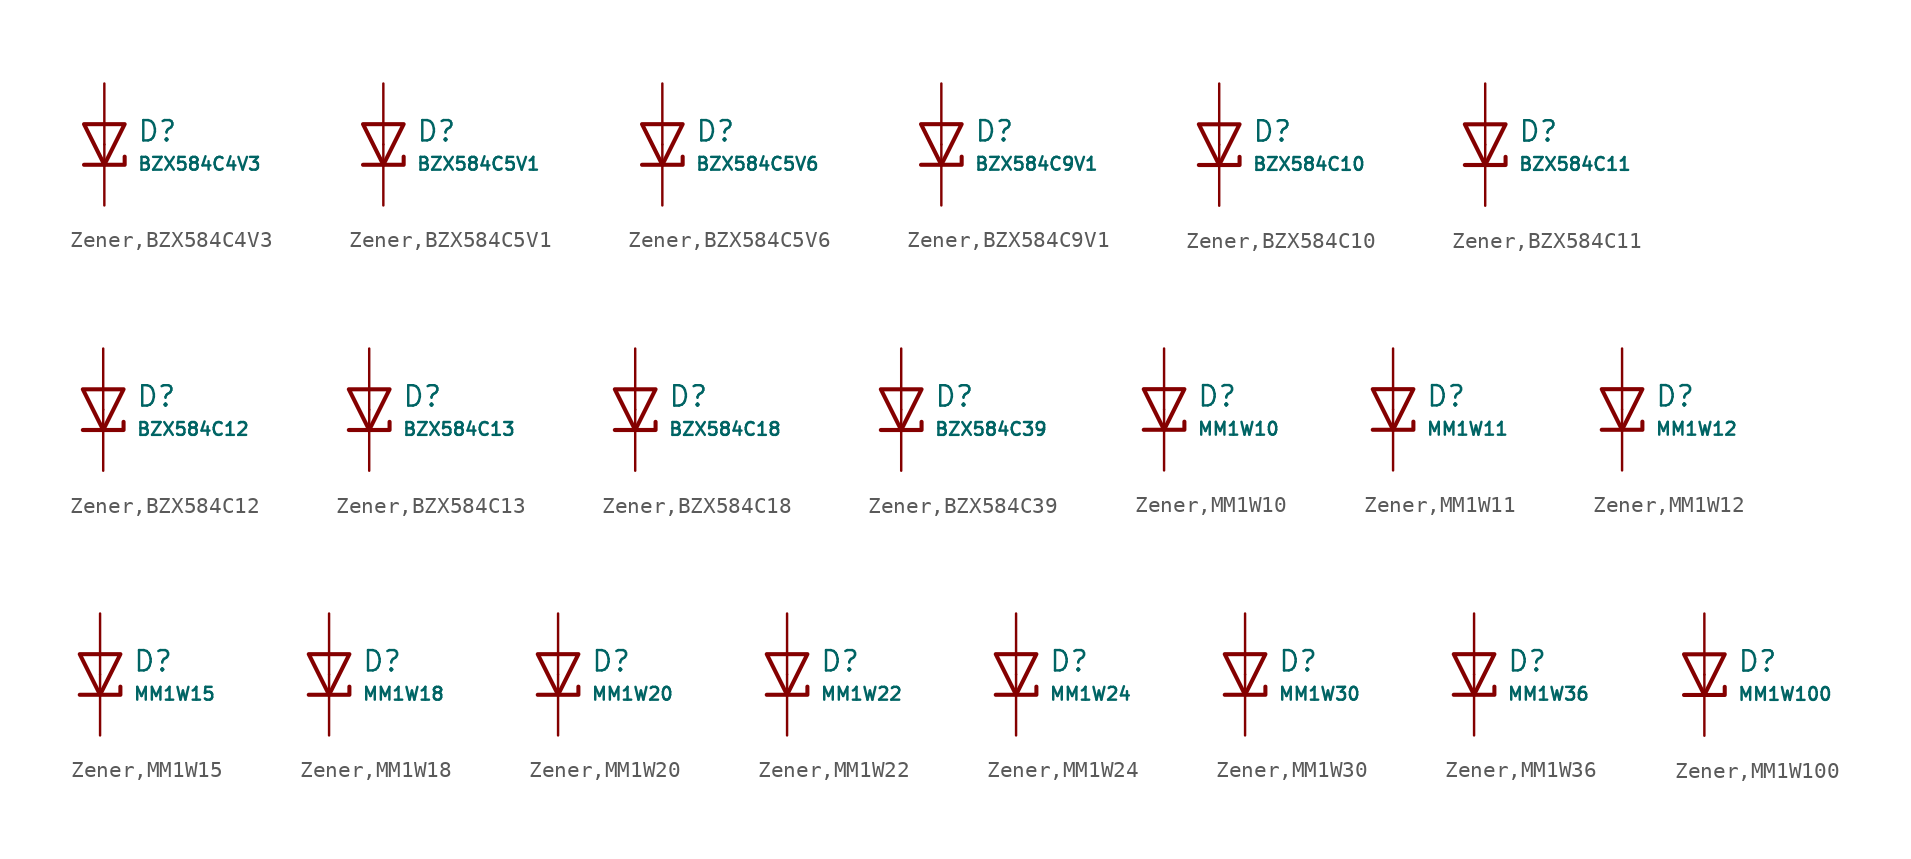
<source format=kicad_sym>
(kicad_symbol_lib
  (version 20231120)
  (generator "CDFER")
  (generator_version "8.0")
  (symbol "Zener,BZX584C4V3"
    (pin_numbers hide)
    (pin_names
      (offset 0))
    (property "Reference" "D"
      (at 2.032 0.834 0)
      (effects (font (size 1.27 1.27)) (justify left)))
    (property "Value" "BZX584C4V3"
      (at 2.032 -1.212 0)
      (effects (font (size 0.8 0.8)) (justify left)))
    (symbol "Zener,BZX584C4V3_0_1"
      (polyline (pts (xy -1.27 1.27) (xy 0.00 -1.27) (xy 1.27 1.27) (xy -1.27 1.27)) (stroke (width 0.254) (type default)) (fill (type none))))
    (symbol "Zener,BZX584C4V3_0_1"
      (polyline (pts (xy -1.27 -1.27) (xy 1.27 -1.27) (xy 1.27 -0.762)) (stroke (width 0.254) (type default)) (fill (type none))))
    (symbol "Zener,BZX584C4V3_1_1"
      (pin passive line (at 0 3.81 270) (length 3.81) (name "~" (effects (font (size 1.27 1.27)))) (number "2" (effects (font (size 1.27 1.27)))))
      (pin passive line (at 0 -3.81 90) (length 3.81) (name "~" (effects (font (size 1.27 1.27)))) (number "1" (effects (font (size 1.27 1.27)))))))
  (symbol "Zener,BZX584C5V1"
    (pin_numbers hide)
    (pin_names
      (offset 0))
    (property "Reference" "D"
      (at 2.032 0.834 0)
      (effects (font (size 1.27 1.27)) (justify left)))
    (property "Value" "BZX584C5V1"
      (at 2.032 -1.212 0)
      (effects (font (size 0.8 0.8)) (justify left)))
    (symbol "Zener,BZX584C5V1_0_1"
      (polyline (pts (xy -1.27 1.27) (xy 0.00 -1.27) (xy 1.27 1.27) (xy -1.27 1.27)) (stroke (width 0.254) (type default)) (fill (type none))))
    (symbol "Zener,BZX584C5V1_0_1"
      (polyline (pts (xy -1.27 -1.27) (xy 1.27 -1.27) (xy 1.27 -0.762)) (stroke (width 0.254) (type default)) (fill (type none))))
    (symbol "Zener,BZX584C5V1_1_1"
      (pin passive line (at 0 3.81 270) (length 3.81) (name "~" (effects (font (size 1.27 1.27)))) (number "2" (effects (font (size 1.27 1.27)))))
      (pin passive line (at 0 -3.81 90) (length 3.81) (name "~" (effects (font (size 1.27 1.27)))) (number "1" (effects (font (size 1.27 1.27)))))))
  (symbol "Zener,BZX584C5V6"
    (pin_numbers hide)
    (pin_names
      (offset 0))
    (property "Reference" "D"
      (at 2.032 0.834 0)
      (effects (font (size 1.27 1.27)) (justify left)))
    (property "Value" "BZX584C5V6"
      (at 2.032 -1.212 0)
      (effects (font (size 0.8 0.8)) (justify left)))
    (symbol "Zener,BZX584C5V6_0_1"
      (polyline (pts (xy -1.27 1.27) (xy 0.00 -1.27) (xy 1.27 1.27) (xy -1.27 1.27)) (stroke (width 0.254) (type default)) (fill (type none))))
    (symbol "Zener,BZX584C5V6_0_1"
      (polyline (pts (xy -1.27 -1.27) (xy 1.27 -1.27) (xy 1.27 -0.762)) (stroke (width 0.254) (type default)) (fill (type none))))
    (symbol "Zener,BZX584C5V6_1_1"
      (pin passive line (at 0 3.81 270) (length 3.81) (name "~" (effects (font (size 1.27 1.27)))) (number "2" (effects (font (size 1.27 1.27)))))
      (pin passive line (at 0 -3.81 90) (length 3.81) (name "~" (effects (font (size 1.27 1.27)))) (number "1" (effects (font (size 1.27 1.27)))))))
  (symbol "Zener,BZX584C9V1"
    (pin_numbers hide)
    (pin_names
      (offset 0))
    (property "Reference" "D"
      (at 2.032 0.834 0)
      (effects (font (size 1.27 1.27)) (justify left)))
    (property "Value" "BZX584C9V1"
      (at 2.032 -1.212 0)
      (effects (font (size 0.8 0.8)) (justify left)))
    (symbol "Zener,BZX584C9V1_0_1"
      (polyline (pts (xy -1.27 1.27) (xy 0.00 -1.27) (xy 1.27 1.27) (xy -1.27 1.27)) (stroke (width 0.254) (type default)) (fill (type none))))
    (symbol "Zener,BZX584C9V1_0_1"
      (polyline (pts (xy -1.27 -1.27) (xy 1.27 -1.27) (xy 1.27 -0.762)) (stroke (width 0.254) (type default)) (fill (type none))))
    (symbol "Zener,BZX584C9V1_1_1"
      (pin passive line (at 0 3.81 270) (length 3.81) (name "~" (effects (font (size 1.27 1.27)))) (number "2" (effects (font (size 1.27 1.27)))))
      (pin passive line (at 0 -3.81 90) (length 3.81) (name "~" (effects (font (size 1.27 1.27)))) (number "1" (effects (font (size 1.27 1.27)))))))
  (symbol "Zener,BZX584C10"
    (pin_numbers hide)
    (pin_names
      (offset 0))
    (property "Reference" "D"
      (at 2.032 0.834 0)
      (effects (font (size 1.27 1.27)) (justify left)))
    (property "Value" "BZX584C10"
      (at 2.032 -1.212 0)
      (effects (font (size 0.8 0.8)) (justify left)))
    (symbol "Zener,BZX584C10_0_1"
      (polyline (pts (xy -1.27 1.27) (xy 0.00 -1.27) (xy 1.27 1.27) (xy -1.27 1.27)) (stroke (width 0.254) (type default)) (fill (type none))))
    (symbol "Zener,BZX584C10_0_1"
      (polyline (pts (xy -1.27 -1.27) (xy 1.27 -1.27) (xy 1.27 -0.762)) (stroke (width 0.254) (type default)) (fill (type none))))
    (symbol "Zener,BZX584C10_1_1"
      (pin passive line (at 0 3.81 270) (length 3.81) (name "~" (effects (font (size 1.27 1.27)))) (number "2" (effects (font (size 1.27 1.27)))))
      (pin passive line (at 0 -3.81 90) (length 3.81) (name "~" (effects (font (size 1.27 1.27)))) (number "1" (effects (font (size 1.27 1.27)))))))
  (symbol "Zener,BZX584C11"
    (pin_numbers hide)
    (pin_names
      (offset 0))
    (property "Reference" "D"
      (at 2.032 0.834 0)
      (effects (font (size 1.27 1.27)) (justify left)))
    (property "Value" "BZX584C11"
      (at 2.032 -1.212 0)
      (effects (font (size 0.8 0.8)) (justify left)))
    (symbol "Zener,BZX584C11_0_1"
      (polyline (pts (xy -1.27 1.27) (xy 0.00 -1.27) (xy 1.27 1.27) (xy -1.27 1.27)) (stroke (width 0.254) (type default)) (fill (type none))))
    (symbol "Zener,BZX584C11_0_1"
      (polyline (pts (xy -1.27 -1.27) (xy 1.27 -1.27) (xy 1.27 -0.762)) (stroke (width 0.254) (type default)) (fill (type none))))
    (symbol "Zener,BZX584C11_1_1"
      (pin passive line (at 0 3.81 270) (length 3.81) (name "~" (effects (font (size 1.27 1.27)))) (number "2" (effects (font (size 1.27 1.27)))))
      (pin passive line (at 0 -3.81 90) (length 3.81) (name "~" (effects (font (size 1.27 1.27)))) (number "1" (effects (font (size 1.27 1.27)))))))
  (symbol "Zener,BZX584C12"
    (pin_numbers hide)
    (pin_names
      (offset 0))
    (property "Reference" "D"
      (at 2.032 0.834 0)
      (effects (font (size 1.27 1.27)) (justify left)))
    (property "Value" "BZX584C12"
      (at 2.032 -1.212 0)
      (effects (font (size 0.8 0.8)) (justify left)))
    (symbol "Zener,BZX584C12_0_1"
      (polyline (pts (xy -1.27 1.27) (xy 0.00 -1.27) (xy 1.27 1.27) (xy -1.27 1.27)) (stroke (width 0.254) (type default)) (fill (type none))))
    (symbol "Zener,BZX584C12_0_1"
      (polyline (pts (xy -1.27 -1.27) (xy 1.27 -1.27) (xy 1.27 -0.762)) (stroke (width 0.254) (type default)) (fill (type none))))
    (symbol "Zener,BZX584C12_1_1"
      (pin passive line (at 0 3.81 270) (length 3.81) (name "~" (effects (font (size 1.27 1.27)))) (number "2" (effects (font (size 1.27 1.27)))))
      (pin passive line (at 0 -3.81 90) (length 3.81) (name "~" (effects (font (size 1.27 1.27)))) (number "1" (effects (font (size 1.27 1.27)))))))
  (symbol "Zener,BZX584C13"
    (pin_numbers hide)
    (pin_names
      (offset 0))
    (property "Reference" "D"
      (at 2.032 0.834 0)
      (effects (font (size 1.27 1.27)) (justify left)))
    (property "Value" "BZX584C13"
      (at 2.032 -1.212 0)
      (effects (font (size 0.8 0.8)) (justify left)))
    (symbol "Zener,BZX584C13_0_1"
      (polyline (pts (xy -1.27 1.27) (xy 0.00 -1.27) (xy 1.27 1.27) (xy -1.27 1.27)) (stroke (width 0.254) (type default)) (fill (type none))))
    (symbol "Zener,BZX584C13_0_1"
      (polyline (pts (xy -1.27 -1.27) (xy 1.27 -1.27) (xy 1.27 -0.762)) (stroke (width 0.254) (type default)) (fill (type none))))
    (symbol "Zener,BZX584C13_1_1"
      (pin passive line (at 0 3.81 270) (length 3.81) (name "~" (effects (font (size 1.27 1.27)))) (number "2" (effects (font (size 1.27 1.27)))))
      (pin passive line (at 0 -3.81 90) (length 3.81) (name "~" (effects (font (size 1.27 1.27)))) (number "1" (effects (font (size 1.27 1.27)))))))
  (symbol "Zener,BZX584C18"
    (pin_numbers hide)
    (pin_names
      (offset 0))
    (property "Reference" "D"
      (at 2.032 0.834 0)
      (effects (font (size 1.27 1.27)) (justify left)))
    (property "Value" "BZX584C18"
      (at 2.032 -1.212 0)
      (effects (font (size 0.8 0.8)) (justify left)))
    (symbol "Zener,BZX584C18_0_1"
      (polyline (pts (xy -1.27 1.27) (xy 0.00 -1.27) (xy 1.27 1.27) (xy -1.27 1.27)) (stroke (width 0.254) (type default)) (fill (type none))))
    (symbol "Zener,BZX584C18_0_1"
      (polyline (pts (xy -1.27 -1.27) (xy 1.27 -1.27) (xy 1.27 -0.762)) (stroke (width 0.254) (type default)) (fill (type none))))
    (symbol "Zener,BZX584C18_1_1"
      (pin passive line (at 0 3.81 270) (length 3.81) (name "~" (effects (font (size 1.27 1.27)))) (number "2" (effects (font (size 1.27 1.27)))))
      (pin passive line (at 0 -3.81 90) (length 3.81) (name "~" (effects (font (size 1.27 1.27)))) (number "1" (effects (font (size 1.27 1.27)))))))
  (symbol "Zener,BZX584C39"
    (pin_numbers hide)
    (pin_names
      (offset 0))
    (property "Reference" "D"
      (at 2.032 0.834 0)
      (effects (font (size 1.27 1.27)) (justify left)))
    (property "Value" "BZX584C39"
      (at 2.032 -1.212 0)
      (effects (font (size 0.8 0.8)) (justify left)))
    (symbol "Zener,BZX584C39_0_1"
      (polyline (pts (xy -1.27 1.27) (xy 0.00 -1.27) (xy 1.27 1.27) (xy -1.27 1.27)) (stroke (width 0.254) (type default)) (fill (type none))))
    (symbol "Zener,BZX584C39_0_1"
      (polyline (pts (xy -1.27 -1.27) (xy 1.27 -1.27) (xy 1.27 -0.762)) (stroke (width 0.254) (type default)) (fill (type none))))
    (symbol "Zener,BZX584C39_1_1"
      (pin passive line (at 0 3.81 270) (length 3.81) (name "~" (effects (font (size 1.27 1.27)))) (number "2" (effects (font (size 1.27 1.27)))))
      (pin passive line (at 0 -3.81 90) (length 3.81) (name "~" (effects (font (size 1.27 1.27)))) (number "1" (effects (font (size 1.27 1.27)))))))
  (symbol "Zener,MM1W10"
    (pin_numbers hide)
    (pin_names
      (offset 0))
    (property "Reference" "D"
      (at 2.032 0.834 0)
      (effects (font (size 1.27 1.27)) (justify left)))
    (property "Value" "MM1W10"
      (at 2.032 -1.212 0)
      (effects (font (size 0.8 0.8)) (justify left)))
    (symbol "Zener,MM1W10_0_1"
      (polyline (pts (xy -1.27 1.27) (xy 0.00 -1.27) (xy 1.27 1.27) (xy -1.27 1.27)) (stroke (width 0.254) (type default)) (fill (type none))))
    (symbol "Zener,MM1W10_0_1"
      (polyline (pts (xy -1.27 -1.27) (xy 1.27 -1.27) (xy 1.27 -0.762)) (stroke (width 0.254) (type default)) (fill (type none))))
    (symbol "Zener,MM1W10_1_1"
      (pin passive line (at 0 3.81 270) (length 3.81) (name "~" (effects (font (size 1.27 1.27)))) (number "2" (effects (font (size 1.27 1.27)))))
      (pin passive line (at 0 -3.81 90) (length 3.81) (name "~" (effects (font (size 1.27 1.27)))) (number "1" (effects (font (size 1.27 1.27)))))))
  (symbol "Zener,MM1W11"
    (pin_numbers hide)
    (pin_names
      (offset 0))
    (property "Reference" "D"
      (at 2.032 0.834 0)
      (effects (font (size 1.27 1.27)) (justify left)))
    (property "Value" "MM1W11"
      (at 2.032 -1.212 0)
      (effects (font (size 0.8 0.8)) (justify left)))
    (symbol "Zener,MM1W11_0_1"
      (polyline (pts (xy -1.27 1.27) (xy 0.00 -1.27) (xy 1.27 1.27) (xy -1.27 1.27)) (stroke (width 0.254) (type default)) (fill (type none))))
    (symbol "Zener,MM1W11_0_1"
      (polyline (pts (xy -1.27 -1.27) (xy 1.27 -1.27) (xy 1.27 -0.762)) (stroke (width 0.254) (type default)) (fill (type none))))
    (symbol "Zener,MM1W11_1_1"
      (pin passive line (at 0 3.81 270) (length 3.81) (name "~" (effects (font (size 1.27 1.27)))) (number "2" (effects (font (size 1.27 1.27)))))
      (pin passive line (at 0 -3.81 90) (length 3.81) (name "~" (effects (font (size 1.27 1.27)))) (number "1" (effects (font (size 1.27 1.27)))))))
  (symbol "Zener,MM1W12"
    (pin_numbers hide)
    (pin_names
      (offset 0))
    (property "Reference" "D"
      (at 2.032 0.834 0)
      (effects (font (size 1.27 1.27)) (justify left)))
    (property "Value" "MM1W12"
      (at 2.032 -1.212 0)
      (effects (font (size 0.8 0.8)) (justify left)))
    (symbol "Zener,MM1W12_0_1"
      (polyline (pts (xy -1.27 1.27) (xy 0.00 -1.27) (xy 1.27 1.27) (xy -1.27 1.27)) (stroke (width 0.254) (type default)) (fill (type none))))
    (symbol "Zener,MM1W12_0_1"
      (polyline (pts (xy -1.27 -1.27) (xy 1.27 -1.27) (xy 1.27 -0.762)) (stroke (width 0.254) (type default)) (fill (type none))))
    (symbol "Zener,MM1W12_1_1"
      (pin passive line (at 0 3.81 270) (length 3.81) (name "~" (effects (font (size 1.27 1.27)))) (number "2" (effects (font (size 1.27 1.27)))))
      (pin passive line (at 0 -3.81 90) (length 3.81) (name "~" (effects (font (size 1.27 1.27)))) (number "1" (effects (font (size 1.27 1.27)))))))
  (symbol "Zener,MM1W15"
    (pin_numbers hide)
    (pin_names
      (offset 0))
    (property "Reference" "D"
      (at 2.032 0.834 0)
      (effects (font (size 1.27 1.27)) (justify left)))
    (property "Value" "MM1W15"
      (at 2.032 -1.212 0)
      (effects (font (size 0.8 0.8)) (justify left)))
    (symbol "Zener,MM1W15_0_1"
      (polyline (pts (xy -1.27 1.27) (xy 0.00 -1.27) (xy 1.27 1.27) (xy -1.27 1.27)) (stroke (width 0.254) (type default)) (fill (type none))))
    (symbol "Zener,MM1W15_0_1"
      (polyline (pts (xy -1.27 -1.27) (xy 1.27 -1.27) (xy 1.27 -0.762)) (stroke (width 0.254) (type default)) (fill (type none))))
    (symbol "Zener,MM1W15_1_1"
      (pin passive line (at 0 3.81 270) (length 3.81) (name "~" (effects (font (size 1.27 1.27)))) (number "2" (effects (font (size 1.27 1.27)))))
      (pin passive line (at 0 -3.81 90) (length 3.81) (name "~" (effects (font (size 1.27 1.27)))) (number "1" (effects (font (size 1.27 1.27)))))))
  (symbol "Zener,MM1W18"
    (pin_numbers hide)
    (pin_names
      (offset 0))
    (property "Reference" "D"
      (at 2.032 0.834 0)
      (effects (font (size 1.27 1.27)) (justify left)))
    (property "Value" "MM1W18"
      (at 2.032 -1.212 0)
      (effects (font (size 0.8 0.8)) (justify left)))
    (symbol "Zener,MM1W18_0_1"
      (polyline (pts (xy -1.27 1.27) (xy 0.00 -1.27) (xy 1.27 1.27) (xy -1.27 1.27)) (stroke (width 0.254) (type default)) (fill (type none))))
    (symbol "Zener,MM1W18_0_1"
      (polyline (pts (xy -1.27 -1.27) (xy 1.27 -1.27) (xy 1.27 -0.762)) (stroke (width 0.254) (type default)) (fill (type none))))
    (symbol "Zener,MM1W18_1_1"
      (pin passive line (at 0 3.81 270) (length 3.81) (name "~" (effects (font (size 1.27 1.27)))) (number "2" (effects (font (size 1.27 1.27)))))
      (pin passive line (at 0 -3.81 90) (length 3.81) (name "~" (effects (font (size 1.27 1.27)))) (number "1" (effects (font (size 1.27 1.27)))))))
  (symbol "Zener,MM1W20"
    (pin_numbers hide)
    (pin_names
      (offset 0))
    (property "Reference" "D"
      (at 2.032 0.834 0)
      (effects (font (size 1.27 1.27)) (justify left)))
    (property "Value" "MM1W20"
      (at 2.032 -1.212 0)
      (effects (font (size 0.8 0.8)) (justify left)))
    (symbol "Zener,MM1W20_0_1"
      (polyline (pts (xy -1.27 1.27) (xy 0.00 -1.27) (xy 1.27 1.27) (xy -1.27 1.27)) (stroke (width 0.254) (type default)) (fill (type none))))
    (symbol "Zener,MM1W20_0_1"
      (polyline (pts (xy -1.27 -1.27) (xy 1.27 -1.27) (xy 1.27 -0.762)) (stroke (width 0.254) (type default)) (fill (type none))))
    (symbol "Zener,MM1W20_1_1"
      (pin passive line (at 0 3.81 270) (length 3.81) (name "~" (effects (font (size 1.27 1.27)))) (number "2" (effects (font (size 1.27 1.27)))))
      (pin passive line (at 0 -3.81 90) (length 3.81) (name "~" (effects (font (size 1.27 1.27)))) (number "1" (effects (font (size 1.27 1.27)))))))
  (symbol "Zener,MM1W22"
    (pin_numbers hide)
    (pin_names
      (offset 0))
    (property "Reference" "D"
      (at 2.032 0.834 0)
      (effects (font (size 1.27 1.27)) (justify left)))
    (property "Value" "MM1W22"
      (at 2.032 -1.212 0)
      (effects (font (size 0.8 0.8)) (justify left)))
    (symbol "Zener,MM1W22_0_1"
      (polyline (pts (xy -1.27 1.27) (xy 0.00 -1.27) (xy 1.27 1.27) (xy -1.27 1.27)) (stroke (width 0.254) (type default)) (fill (type none))))
    (symbol "Zener,MM1W22_0_1"
      (polyline (pts (xy -1.27 -1.27) (xy 1.27 -1.27) (xy 1.27 -0.762)) (stroke (width 0.254) (type default)) (fill (type none))))
    (symbol "Zener,MM1W22_1_1"
      (pin passive line (at 0 3.81 270) (length 3.81) (name "~" (effects (font (size 1.27 1.27)))) (number "2" (effects (font (size 1.27 1.27)))))
      (pin passive line (at 0 -3.81 90) (length 3.81) (name "~" (effects (font (size 1.27 1.27)))) (number "1" (effects (font (size 1.27 1.27)))))))
  (symbol "Zener,MM1W24"
    (pin_numbers hide)
    (pin_names
      (offset 0))
    (property "Reference" "D"
      (at 2.032 0.834 0)
      (effects (font (size 1.27 1.27)) (justify left)))
    (property "Value" "MM1W24"
      (at 2.032 -1.212 0)
      (effects (font (size 0.8 0.8)) (justify left)))
    (symbol "Zener,MM1W24_0_1"
      (polyline (pts (xy -1.27 1.27) (xy 0.00 -1.27) (xy 1.27 1.27) (xy -1.27 1.27)) (stroke (width 0.254) (type default)) (fill (type none))))
    (symbol "Zener,MM1W24_0_1"
      (polyline (pts (xy -1.27 -1.27) (xy 1.27 -1.27) (xy 1.27 -0.762)) (stroke (width 0.254) (type default)) (fill (type none))))
    (symbol "Zener,MM1W24_1_1"
      (pin passive line (at 0 3.81 270) (length 3.81) (name "~" (effects (font (size 1.27 1.27)))) (number "2" (effects (font (size 1.27 1.27)))))
      (pin passive line (at 0 -3.81 90) (length 3.81) (name "~" (effects (font (size 1.27 1.27)))) (number "1" (effects (font (size 1.27 1.27)))))))
  (symbol "Zener,MM1W30"
    (pin_numbers hide)
    (pin_names
      (offset 0))
    (property "Reference" "D"
      (at 2.032 0.834 0)
      (effects (font (size 1.27 1.27)) (justify left)))
    (property "Value" "MM1W30"
      (at 2.032 -1.212 0)
      (effects (font (size 0.8 0.8)) (justify left)))
    (symbol "Zener,MM1W30_0_1"
      (polyline (pts (xy -1.27 1.27) (xy 0.00 -1.27) (xy 1.27 1.27) (xy -1.27 1.27)) (stroke (width 0.254) (type default)) (fill (type none))))
    (symbol "Zener,MM1W30_0_1"
      (polyline (pts (xy -1.27 -1.27) (xy 1.27 -1.27) (xy 1.27 -0.762)) (stroke (width 0.254) (type default)) (fill (type none))))
    (symbol "Zener,MM1W30_1_1"
      (pin passive line (at 0 3.81 270) (length 3.81) (name "~" (effects (font (size 1.27 1.27)))) (number "2" (effects (font (size 1.27 1.27)))))
      (pin passive line (at 0 -3.81 90) (length 3.81) (name "~" (effects (font (size 1.27 1.27)))) (number "1" (effects (font (size 1.27 1.27)))))))
  (symbol "Zener,MM1W36"
    (pin_numbers hide)
    (pin_names
      (offset 0))
    (property "Reference" "D"
      (at 2.032 0.834 0)
      (effects (font (size 1.27 1.27)) (justify left)))
    (property "Value" "MM1W36"
      (at 2.032 -1.212 0)
      (effects (font (size 0.8 0.8)) (justify left)))
    (symbol "Zener,MM1W36_0_1"
      (polyline (pts (xy -1.27 1.27) (xy 0.00 -1.27) (xy 1.27 1.27) (xy -1.27 1.27)) (stroke (width 0.254) (type default)) (fill (type none))))
    (symbol "Zener,MM1W36_0_1"
      (polyline (pts (xy -1.27 -1.27) (xy 1.27 -1.27) (xy 1.27 -0.762)) (stroke (width 0.254) (type default)) (fill (type none))))
    (symbol "Zener,MM1W36_1_1"
      (pin passive line (at 0 3.81 270) (length 3.81) (name "~" (effects (font (size 1.27 1.27)))) (number "2" (effects (font (size 1.27 1.27)))))
      (pin passive line (at 0 -3.81 90) (length 3.81) (name "~" (effects (font (size 1.27 1.27)))) (number "1" (effects (font (size 1.27 1.27)))))))
  (symbol "Zener,MM1W100"
    (pin_numbers hide)
    (pin_names
      (offset 0))
    (property "Reference" "D"
      (at 2.032 0.834 0)
      (effects (font (size 1.27 1.27)) (justify left)))
    (property "Value" "MM1W100"
      (at 2.032 -1.212 0)
      (effects (font (size 0.8 0.8)) (justify left)))
    (symbol "Zener,MM1W100_0_1"
      (polyline (pts (xy -1.27 1.27) (xy 0.00 -1.27) (xy 1.27 1.27) (xy -1.27 1.27)) (stroke (width 0.254) (type default)) (fill (type none))))
    (symbol "Zener,MM1W100_0_1"
      (polyline (pts (xy -1.27 -1.27) (xy 1.27 -1.27) (xy 1.27 -0.762)) (stroke (width 0.254) (type default)) (fill (type none))))
    (symbol "Zener,MM1W100_1_1"
      (pin passive line (at 0 3.81 270) (length 3.81) (name "~" (effects (font (size 1.27 1.27)))) (number "2" (effects (font (size 1.27 1.27)))))
      (pin passive line (at 0 -3.81 90) (length 3.81) (name "~" (effects (font (size 1.27 1.27)))) (number "1" (effects (font (size 1.27 1.27))))))))
</source>
